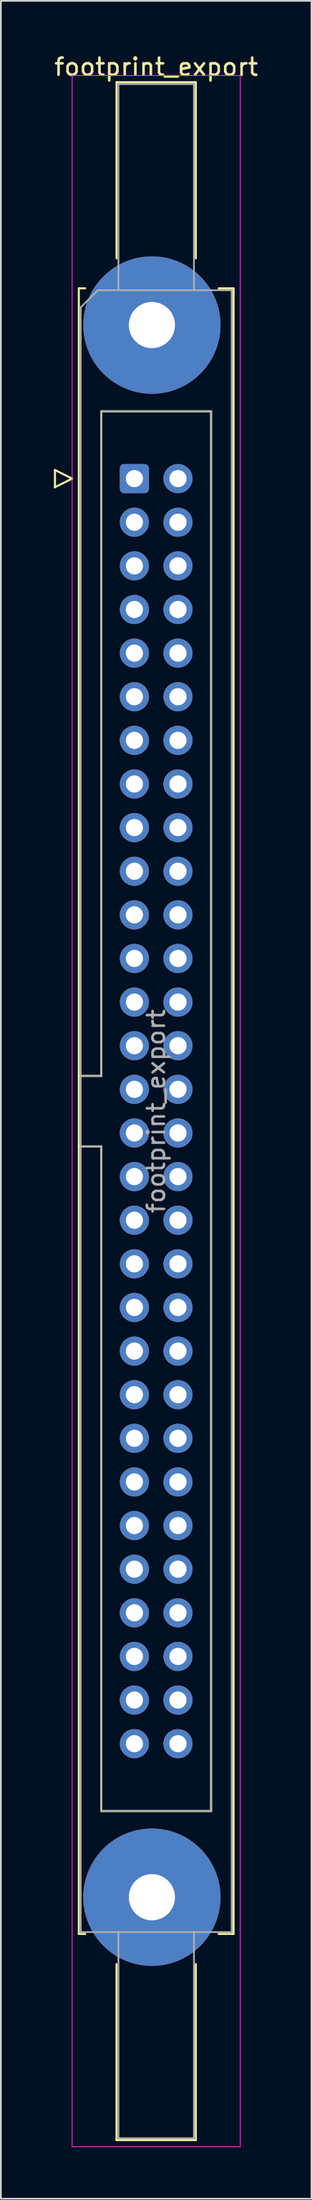
<source format=kicad_pcb>
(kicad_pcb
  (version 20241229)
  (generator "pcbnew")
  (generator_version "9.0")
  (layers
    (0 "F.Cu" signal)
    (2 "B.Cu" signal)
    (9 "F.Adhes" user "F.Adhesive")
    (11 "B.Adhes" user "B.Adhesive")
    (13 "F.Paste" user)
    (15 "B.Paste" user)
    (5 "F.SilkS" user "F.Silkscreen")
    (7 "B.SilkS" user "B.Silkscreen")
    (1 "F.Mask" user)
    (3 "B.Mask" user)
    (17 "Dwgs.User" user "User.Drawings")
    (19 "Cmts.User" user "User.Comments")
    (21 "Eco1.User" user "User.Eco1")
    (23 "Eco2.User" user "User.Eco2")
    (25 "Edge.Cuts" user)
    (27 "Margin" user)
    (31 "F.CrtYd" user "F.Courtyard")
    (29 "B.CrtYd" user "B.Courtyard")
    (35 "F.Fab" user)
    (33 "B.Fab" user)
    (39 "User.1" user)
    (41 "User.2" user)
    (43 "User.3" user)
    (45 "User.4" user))
  (footprint "footprint_export"
    (layer "F.Cu")
    (at 4.784 24.818)
    (property "Reference" "footprint_export" (at 1.27 -23.97 0) (layer "F.SilkS") (effects (font (size 1 1) (thickness 0.15))))
    (attr through_hole)
    (fp_line (start -4.63 -0.5) (end -4.63 0.5) (stroke (width 0.12) (type solid)) (layer "F.SilkS"))
    (fp_line (start -4.63 0.5) (end -3.63 0) (stroke (width 0.12) (type solid)) (layer "F.SilkS"))
    (fp_line (start -3.63 0) (end -4.63 -0.5) (stroke (width 0.12) (type solid)) (layer "F.SilkS"))
    (fp_line (start -3.24 -11.08) (end -3.24 84.74) (stroke (width 0.12) (type solid)) (layer "F.SilkS"))
    (fp_line (start -3.24 34.78) (end -1.93 34.78) (stroke (width 0.12) (type solid)) (layer "F.SilkS"))
    (fp_line (start -3.24 84.74) (end -2.87 84.74) (stroke (width 0.12) (type solid)) (layer "F.SilkS"))
    (fp_line (start -2.87 -11.08) (end -3.24 -11.08) (stroke (width 0.12) (type solid)) (layer "F.SilkS"))
    (fp_line (start -1.93 -3.92) (end 4.47 -3.92) (stroke (width 0.12) (type solid)) (layer "F.SilkS"))
    (fp_line (start -1.93 34.78) (end -1.93 -3.92) (stroke (width 0.12) (type solid)) (layer "F.SilkS"))
    (fp_line (start -1.93 38.88) (end -3.24 38.88) (stroke (width 0.12) (type solid)) (layer "F.SilkS"))
    (fp_line (start -1.93 38.88) (end -1.93 38.88) (stroke (width 0.12) (type solid)) (layer "F.SilkS"))
    (fp_line (start -1.93 77.58) (end -1.93 38.88) (stroke (width 0.12) (type solid)) (layer "F.SilkS"))
    (fp_line (start -1.04 -23.08) (end 3.58 -23.08) (stroke (width 0.12) (type solid)) (layer "F.SilkS"))
    (fp_line (start -1.04 -12.83) (end -1.04 -23.08) (stroke (width 0.12) (type solid)) (layer "F.SilkS"))
    (fp_line (start -1.04 86.49) (end -1.04 96.74) (stroke (width 0.12) (type solid)) (layer "F.SilkS"))
    (fp_line (start -1.04 96.74) (end 3.58 96.74) (stroke (width 0.12) (type solid)) (layer "F.SilkS"))
    (fp_line (start 3.58 -23.08) (end 3.58 -12.83) (stroke (width 0.12) (type solid)) (layer "F.SilkS"))
    (fp_line (start 3.58 96.74) (end 3.58 86.49) (stroke (width 0.12) (type solid)) (layer "F.SilkS"))
    (fp_line (start 4.47 -3.92) (end 4.47 77.58) (stroke (width 0.12) (type solid)) (layer "F.SilkS"))
    (fp_line (start 4.47 77.58) (end -1.93 77.58) (stroke (width 0.12) (type solid)) (layer "F.SilkS"))
    (fp_line (start 4.91 -11.08) (end 5.78 -11.08) (stroke (width 0.12) (type solid)) (layer "F.SilkS"))
    (fp_line (start 5.78 -11.08) (end 5.78 84.74) (stroke (width 0.12) (type solid)) (layer "F.SilkS"))
    (fp_line (start 5.78 84.74) (end 4.91 84.74) (stroke (width 0.12) (type solid)) (layer "F.SilkS"))
    (fp_line (start -3.63 -23.47) (end -3.63 97.13) (stroke (width 0.05) (type solid)) (layer "F.CrtYd"))
    (fp_line (start -3.63 97.13) (end 6.17 97.13) (stroke (width 0.05) (type solid)) (layer "F.CrtYd"))
    (fp_line (start 6.17 -23.47) (end -3.63 -23.47) (stroke (width 0.05) (type solid)) (layer "F.CrtYd"))
    (fp_line (start 6.17 97.13) (end 6.17 -23.47) (stroke (width 0.05) (type solid)) (layer "F.CrtYd"))
    (fp_line (start -3.13 -9.97) (end -2.13 -10.97) (stroke (width 0.1) (type solid)) (layer "F.Fab"))
    (fp_line (start -3.13 34.78) (end -1.93 34.78) (stroke (width 0.1) (type solid)) (layer "F.Fab"))
    (fp_line (start -3.13 84.63) (end -3.13 -9.97) (stroke (width 0.1) (type solid)) (layer "F.Fab"))
    (fp_line (start -2.13 -10.97) (end 5.67 -10.97) (stroke (width 0.1) (type solid)) (layer "F.Fab"))
    (fp_line (start -1.93 -3.92) (end 4.47 -3.92) (stroke (width 0.1) (type solid)) (layer "F.Fab"))
    (fp_line (start -1.93 34.78) (end -1.93 -3.92) (stroke (width 0.1) (type solid)) (layer "F.Fab"))
    (fp_line (start -1.93 38.88) (end -3.13 38.88) (stroke (width 0.1) (type solid)) (layer "F.Fab"))
    (fp_line (start -1.93 38.88) (end -1.93 38.88) (stroke (width 0.1) (type solid)) (layer "F.Fab"))
    (fp_line (start -1.93 77.58) (end -1.93 38.88) (stroke (width 0.1) (type solid)) (layer "F.Fab"))
    (fp_line (start -0.93 -22.97) (end 3.47 -22.97) (stroke (width 0.1) (type solid)) (layer "F.Fab"))
    (fp_line (start -0.93 -10.97) (end -0.93 -22.97) (stroke (width 0.1) (type solid)) (layer "F.Fab"))
    (fp_line (start -0.93 84.63) (end -0.93 96.63) (stroke (width 0.1) (type solid)) (layer "F.Fab"))
    (fp_line (start -0.93 96.63) (end 3.47 96.63) (stroke (width 0.1) (type solid)) (layer "F.Fab"))
    (fp_line (start 3.47 -22.97) (end 3.47 -10.97) (stroke (width 0.1) (type solid)) (layer "F.Fab"))
    (fp_line (start 3.47 96.63) (end 3.47 84.63) (stroke (width 0.1) (type solid)) (layer "F.Fab"))
    (fp_line (start 4.47 -3.92) (end 4.47 77.58) (stroke (width 0.1) (type solid)) (layer "F.Fab"))
    (fp_line (start 4.47 77.58) (end -1.93 77.58) (stroke (width 0.1) (type solid)) (layer "F.Fab"))
    (fp_line (start 5.67 -10.97) (end 5.67 84.63) (stroke (width 0.1) (type solid)) (layer "F.Fab"))
    (fp_line (start 5.67 84.63) (end -3.13 84.63) (stroke (width 0.1) (type solid)) (layer "F.Fab"))
    (fp_text user "${REFERENCE}" (at 1.27 36.83 90) (layer "F.Fab") (effects (font (size 1 1) (thickness 0.15))))
    (pad "1" thru_hole roundrect (at 0 0) (size 1.7 1.7) (drill 1) (layers "*.Cu" "*.Mask") (roundrect_rratio 0.147))
    (pad "2" thru_hole circle (at 2.54 0) (size 1.7 1.7) (drill 1) (layers "*.Cu" "*.Mask"))
    (pad "3" thru_hole circle (at 0 2.54) (size 1.7 1.7) (drill 1) (layers "*.Cu" "*.Mask"))
    (pad "4" thru_hole circle (at 2.54 2.54) (size 1.7 1.7) (drill 1) (layers "*.Cu" "*.Mask"))
    (pad "5" thru_hole circle (at 0 5.08) (size 1.7 1.7) (drill 1) (layers "*.Cu" "*.Mask"))
    (pad "6" thru_hole circle (at 2.54 5.08) (size 1.7 1.7) (drill 1) (layers "*.Cu" "*.Mask"))
    (pad "7" thru_hole circle (at 0 7.62) (size 1.7 1.7) (drill 1) (layers "*.Cu" "*.Mask"))
    (pad "8" thru_hole circle (at 2.54 7.62) (size 1.7 1.7) (drill 1) (layers "*.Cu" "*.Mask"))
    (pad "9" thru_hole circle (at 0 10.16) (size 1.7 1.7) (drill 1) (layers "*.Cu" "*.Mask"))
    (pad "10" thru_hole circle (at 2.54 10.16) (size 1.7 1.7) (drill 1) (layers "*.Cu" "*.Mask"))
    (pad "11" thru_hole circle (at 0 12.7) (size 1.7 1.7) (drill 1) (layers "*.Cu" "*.Mask"))
    (pad "12" thru_hole circle (at 2.54 12.7) (size 1.7 1.7) (drill 1) (layers "*.Cu" "*.Mask"))
    (pad "13" thru_hole circle (at 0 15.24) (size 1.7 1.7) (drill 1) (layers "*.Cu" "*.Mask"))
    (pad "14" thru_hole circle (at 2.54 15.24) (size 1.7 1.7) (drill 1) (layers "*.Cu" "*.Mask"))
    (pad "15" thru_hole circle (at 0 17.78) (size 1.7 1.7) (drill 1) (layers "*.Cu" "*.Mask"))
    (pad "16" thru_hole circle (at 2.54 17.78) (size 1.7 1.7) (drill 1) (layers "*.Cu" "*.Mask"))
    (pad "17" thru_hole circle (at 0 20.32) (size 1.7 1.7) (drill 1) (layers "*.Cu" "*.Mask"))
    (pad "18" thru_hole circle (at 2.54 20.32) (size 1.7 1.7) (drill 1) (layers "*.Cu" "*.Mask"))
    (pad "19" thru_hole circle (at 0 22.86) (size 1.7 1.7) (drill 1) (layers "*.Cu" "*.Mask"))
    (pad "20" thru_hole circle (at 2.54 22.86) (size 1.7 1.7) (drill 1) (layers "*.Cu" "*.Mask"))
    (pad "21" thru_hole circle (at 0 25.4) (size 1.7 1.7) (drill 1) (layers "*.Cu" "*.Mask"))
    (pad "22" thru_hole circle (at 2.54 25.4) (size 1.7 1.7) (drill 1) (layers "*.Cu" "*.Mask"))
    (pad "23" thru_hole circle (at 0 27.94) (size 1.7 1.7) (drill 1) (layers "*.Cu" "*.Mask"))
    (pad "24" thru_hole circle (at 2.54 27.94) (size 1.7 1.7) (drill 1) (layers "*.Cu" "*.Mask"))
    (pad "25" thru_hole circle (at 0 30.48) (size 1.7 1.7) (drill 1) (layers "*.Cu" "*.Mask"))
    (pad "26" thru_hole circle (at 2.54 30.48) (size 1.7 1.7) (drill 1) (layers "*.Cu" "*.Mask"))
    (pad "27" thru_hole circle (at 0 33.02) (size 1.7 1.7) (drill 1) (layers "*.Cu" "*.Mask"))
    (pad "28" thru_hole circle (at 2.54 33.02) (size 1.7 1.7) (drill 1) (layers "*.Cu" "*.Mask"))
    (pad "29" thru_hole circle (at 0 35.56) (size 1.7 1.7) (drill 1) (layers "*.Cu" "*.Mask"))
    (pad "30" thru_hole circle (at 2.54 35.56) (size 1.7 1.7) (drill 1) (layers "*.Cu" "*.Mask"))
    (pad "31" thru_hole circle (at 0 38.1) (size 1.7 1.7) (drill 1) (layers "*.Cu" "*.Mask"))
    (pad "32" thru_hole circle (at 2.54 38.1) (size 1.7 1.7) (drill 1) (layers "*.Cu" "*.Mask"))
    (pad "33" thru_hole circle (at 0 40.64) (size 1.7 1.7) (drill 1) (layers "*.Cu" "*.Mask"))
    (pad "34" thru_hole circle (at 2.54 40.64) (size 1.7 1.7) (drill 1) (layers "*.Cu" "*.Mask"))
    (pad "35" thru_hole circle (at 0 43.18) (size 1.7 1.7) (drill 1) (layers "*.Cu" "*.Mask"))
    (pad "36" thru_hole circle (at 2.54 43.18) (size 1.7 1.7) (drill 1) (layers "*.Cu" "*.Mask"))
    (pad "37" thru_hole circle (at 0 45.72) (size 1.7 1.7) (drill 1) (layers "*.Cu" "*.Mask"))
    (pad "38" thru_hole circle (at 2.54 45.72) (size 1.7 1.7) (drill 1) (layers "*.Cu" "*.Mask"))
    (pad "39" thru_hole circle (at 0 48.26) (size 1.7 1.7) (drill 1) (layers "*.Cu" "*.Mask"))
    (pad "40" thru_hole circle (at 2.54 48.26) (size 1.7 1.7) (drill 1) (layers "*.Cu" "*.Mask"))
    (pad "41" thru_hole circle (at 0 50.8) (size 1.7 1.7) (drill 1) (layers "*.Cu" "*.Mask"))
    (pad "42" thru_hole circle (at 2.54 50.8) (size 1.7 1.7) (drill 1) (layers "*.Cu" "*.Mask"))
    (pad "43" thru_hole circle (at 0 53.34) (size 1.7 1.7) (drill 1) (layers "*.Cu" "*.Mask"))
    (pad "44" thru_hole circle (at 2.54 53.34) (size 1.7 1.7) (drill 1) (layers "*.Cu" "*.Mask"))
    (pad "45" thru_hole circle (at 0 55.88) (size 1.7 1.7) (drill 1) (layers "*.Cu" "*.Mask"))
    (pad "46" thru_hole circle (at 2.54 55.88) (size 1.7 1.7) (drill 1) (layers "*.Cu" "*.Mask"))
    (pad "47" thru_hole circle (at 0 58.42) (size 1.7 1.7) (drill 1) (layers "*.Cu" "*.Mask"))
    (pad "48" thru_hole circle (at 2.54 58.42) (size 1.7 1.7) (drill 1) (layers "*.Cu" "*.Mask"))
    (pad "49" thru_hole circle (at 0 60.96) (size 1.7 1.7) (drill 1) (layers "*.Cu" "*.Mask"))
    (pad "50" thru_hole circle (at 2.54 60.96) (size 1.7 1.7) (drill 1) (layers "*.Cu" "*.Mask"))
    (pad "51" thru_hole circle (at 0 63.5) (size 1.7 1.7) (drill 1) (layers "*.Cu" "*.Mask"))
    (pad "52" thru_hole circle (at 2.54 63.5) (size 1.7 1.7) (drill 1) (layers "*.Cu" "*.Mask"))
    (pad "53" thru_hole circle (at 0 66.04) (size 1.7 1.7) (drill 1) (layers "*.Cu" "*.Mask"))
    (pad "54" thru_hole circle (at 2.54 66.04) (size 1.7 1.7) (drill 1) (layers "*.Cu" "*.Mask"))
    (pad "55" thru_hole circle (at 0 68.58) (size 1.7 1.7) (drill 1) (layers "*.Cu" "*.Mask"))
    (pad "56" thru_hole circle (at 2.54 68.58) (size 1.7 1.7) (drill 1) (layers "*.Cu" "*.Mask"))
    (pad "57" thru_hole circle (at 0 71.12) (size 1.7 1.7) (drill 1) (layers "*.Cu" "*.Mask"))
    (pad "58" thru_hole circle (at 2.54 71.12) (size 1.7 1.7) (drill 1) (layers "*.Cu" "*.Mask"))
    (pad "59" thru_hole circle (at 0 73.66) (size 1.7 1.7) (drill 1) (layers "*.Cu" "*.Mask"))
    (pad "60" thru_hole circle (at 2.54 73.66) (size 1.7 1.7) (drill 1) (layers "*.Cu" "*.Mask"))
    (pad "MP" thru_hole circle (at 1.02 -8.94) (size 8 8) (drill 2.69) (layers "*.Cu" "*.Mask"))
    (pad "MP" thru_hole circle (at 1.02 82.6) (size 8 8) (drill 2.69) (layers "*.Cu" "*.Mask")))
  (gr_rect
    (start -3 -3)
    (end 15.107 124.973)
    (stroke (width 0.1) (type default))
    (fill no)
    (layer "Edge.Cuts")))
</source>
